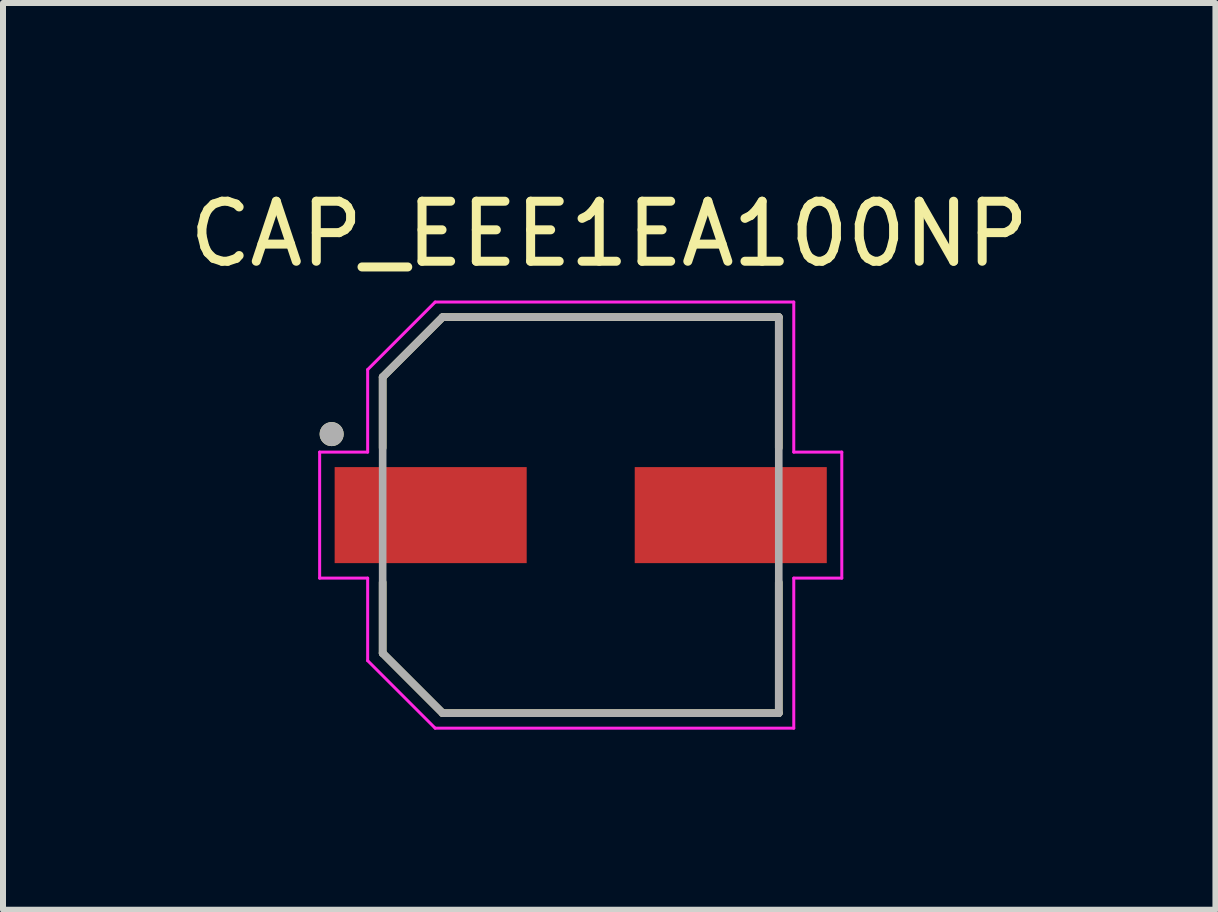
<source format=kicad_pcb>
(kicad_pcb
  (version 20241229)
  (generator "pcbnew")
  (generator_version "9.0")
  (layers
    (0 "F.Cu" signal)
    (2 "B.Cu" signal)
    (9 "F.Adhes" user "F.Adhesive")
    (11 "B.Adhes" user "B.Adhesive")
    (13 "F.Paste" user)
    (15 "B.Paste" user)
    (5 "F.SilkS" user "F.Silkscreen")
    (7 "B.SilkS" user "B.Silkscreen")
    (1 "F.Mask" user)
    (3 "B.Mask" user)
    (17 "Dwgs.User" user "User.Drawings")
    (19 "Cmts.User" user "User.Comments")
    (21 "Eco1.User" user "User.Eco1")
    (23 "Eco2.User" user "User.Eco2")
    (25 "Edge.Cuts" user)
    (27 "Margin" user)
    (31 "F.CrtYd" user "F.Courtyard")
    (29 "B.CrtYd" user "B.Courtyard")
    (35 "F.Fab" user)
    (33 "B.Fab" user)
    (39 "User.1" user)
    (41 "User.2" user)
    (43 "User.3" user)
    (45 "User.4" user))
  (footprint "CAP_EEE1EA100NP"
    (layer "F.Cu")
    (at 6.626 5.533)
    (property "Reference" "CAP_EEE1EA100NP" (at 0.475 -4.685 0) (layer "F.SilkS") (effects (font (size 1 1) (thickness 0.15))))
    (attr smd)
    (fp_line (start -3.3 -2.3) (end -3.3 -1.12) (stroke (width 0.127) (type solid)) (layer "F.SilkS"))
    (fp_line (start -3.3 1.12) (end -3.3 2.3) (stroke (width 0.127) (type solid)) (layer "F.SilkS"))
    (fp_line (start -3.3 2.3) (end -2.3 3.3) (stroke (width 0.127) (type solid)) (layer "F.SilkS"))
    (fp_line (start -2.3 -3.3) (end -3.3 -2.3) (stroke (width 0.127) (type solid)) (layer "F.SilkS"))
    (fp_line (start -2.3 3.3) (end 3.3 3.3) (stroke (width 0.127) (type solid)) (layer "F.SilkS"))
    (fp_line (start 3.3 -3.3) (end -2.3 -3.3) (stroke (width 0.127) (type solid)) (layer "F.SilkS"))
    (fp_line (start 3.3 -1.12) (end 3.3 -3.3) (stroke (width 0.127) (type solid)) (layer "F.SilkS"))
    (fp_line (start 3.3 3.3) (end 3.3 1.12) (stroke (width 0.127) (type solid)) (layer "F.SilkS"))
    (fp_circle (center -4.15 -1.35) (end -4.05 -1.35) (stroke (width 0.2) (type solid)) (fill no) (layer "F.SilkS"))
    (fp_line (start -4.35 -1.05) (end -3.55 -1.05) (stroke (width 0.05) (type solid)) (layer "F.CrtYd"))
    (fp_line (start -4.35 1.05) (end -4.35 -1.05) (stroke (width 0.05) (type solid)) (layer "F.CrtYd"))
    (fp_line (start -3.55 -2.425) (end -2.425 -3.55) (stroke (width 0.05) (type solid)) (layer "F.CrtYd"))
    (fp_line (start -3.55 -1.05) (end -3.55 -2.425) (stroke (width 0.05) (type solid)) (layer "F.CrtYd"))
    (fp_line (start -3.55 1.05) (end -4.35 1.05) (stroke (width 0.05) (type solid)) (layer "F.CrtYd"))
    (fp_line (start -3.55 2.425) (end -3.55 1.05) (stroke (width 0.05) (type solid)) (layer "F.CrtYd"))
    (fp_line (start -2.425 -3.55) (end 3.55 -3.55) (stroke (width 0.05) (type solid)) (layer "F.CrtYd"))
    (fp_line (start -2.425 3.55) (end -3.55 2.425) (stroke (width 0.05) (type solid)) (layer "F.CrtYd"))
    (fp_line (start 3.55 -3.55) (end 3.55 -1.05) (stroke (width 0.05) (type solid)) (layer "F.CrtYd"))
    (fp_line (start 3.55 -1.05) (end 4.35 -1.05) (stroke (width 0.05) (type solid)) (layer "F.CrtYd"))
    (fp_line (start 3.55 1.05) (end 3.55 3.55) (stroke (width 0.05) (type solid)) (layer "F.CrtYd"))
    (fp_line (start 3.55 3.55) (end -2.425 3.55) (stroke (width 0.05) (type solid)) (layer "F.CrtYd"))
    (fp_line (start 4.35 -1.05) (end 4.35 1.05) (stroke (width 0.05) (type solid)) (layer "F.CrtYd"))
    (fp_line (start 4.35 1.05) (end 3.55 1.05) (stroke (width 0.05) (type solid)) (layer "F.CrtYd"))
    (fp_line (start -3.3 -2.3) (end -3.3 2.3) (stroke (width 0.127) (type solid)) (layer "F.Fab"))
    (fp_line (start -3.3 2.3) (end -2.3 3.3) (stroke (width 0.127) (type solid)) (layer "F.Fab"))
    (fp_line (start -2.3 -3.3) (end -3.3 -2.3) (stroke (width 0.127) (type solid)) (layer "F.Fab"))
    (fp_line (start -2.3 3.3) (end 3.3 3.3) (stroke (width 0.127) (type solid)) (layer "F.Fab"))
    (fp_line (start 3.3 -3.3) (end -2.3 -3.3) (stroke (width 0.127) (type solid)) (layer "F.Fab"))
    (fp_line (start 3.3 3.3) (end 3.3 -3.3) (stroke (width 0.127) (type solid)) (layer "F.Fab"))
    (fp_circle (center -4.15 -1.35) (end -4.05 -1.35) (stroke (width 0.2) (type solid)) (fill no) (layer "F.Fab"))
    (pad "1" smd rect (at -2.5 0) (size 3.2 1.6) (layers "F.Cu" "F.Mask" "F.Paste"))
    (pad "2" smd rect (at 2.5 0) (size 3.2 1.6) (layers "F.Cu" "F.Mask" "F.Paste")))
  (gr_rect
    (start -3 -3)
    (end 17.202 12.108)
    (stroke (width 0.1) (type default))
    (fill no)
    (layer "Edge.Cuts")))
</source>
